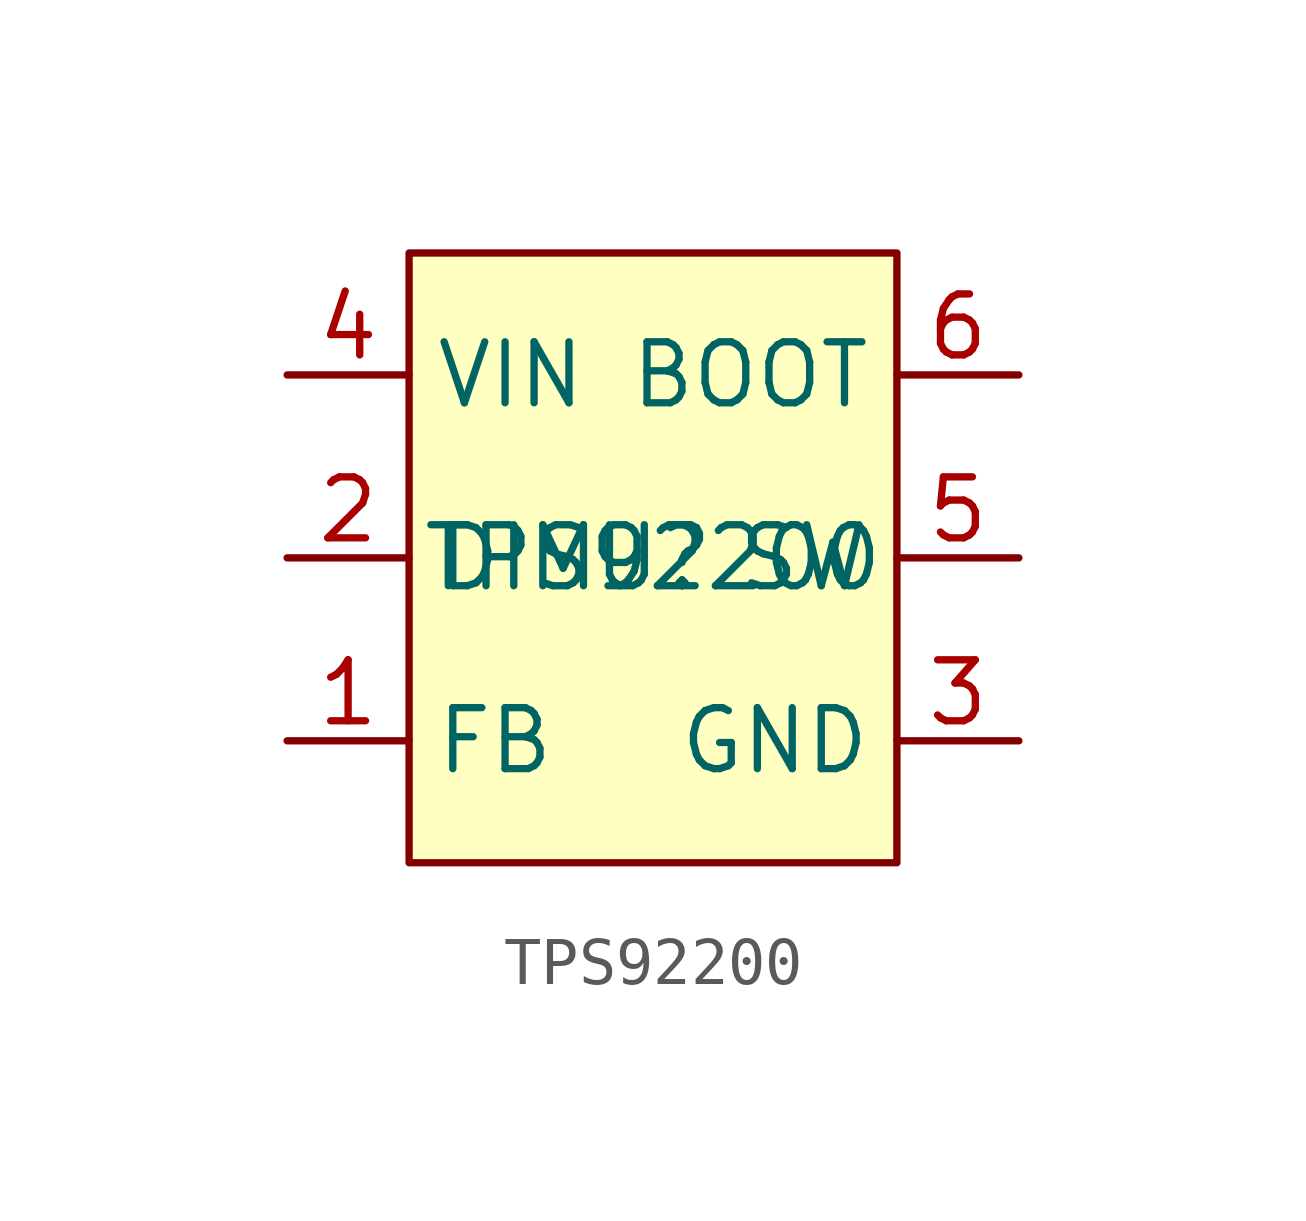
<source format=kicad_sym>
(kicad_symbol_lib
  (version 20220914)
  (generator kicad_symbol_editor)
  (symbol "TPS92200"
    (property "Reference" "U"
      (at 0 0 0)
      (effects (font (size 1.27 1.27))))
    (property "Value" "TPS92200"
      (at 0 0 0)
      (effects (font (size 1.27 1.27))))
    (symbol "TPS92200_0_1"
      (rectangle (start -5.08 6.35) (end 5.08 -6.35) (stroke (width 0) (type default)) (fill (type background))))
    (symbol "TPS92200_1_1"
      (pin input line (at -7.62 -3.81 0) (length 2.54) (name "FB" (effects (font (size 1.27 1.27)))) (number "1" (effects (font (size 1.27 1.27)))))
      (pin input line (at -7.62 0 0) (length 2.54) (name "DIM" (effects (font (size 1.27 1.27)))) (number "2" (effects (font (size 1.27 1.27)))))
      (pin input line (at 7.62 -3.81 180) (length 2.54) (name "GND" (effects (font (size 1.27 1.27)))) (number "3" (effects (font (size 1.27 1.27)))))
      (pin input line (at -7.62 3.81 0) (length 2.54) (name "VIN" (effects (font (size 1.27 1.27)))) (number "4" (effects (font (size 1.27 1.27)))))
      (pin input line (at 7.62 0 180) (length 2.54) (name "SW" (effects (font (size 1.27 1.27)))) (number "5" (effects (font (size 1.27 1.27)))))
      (pin input line (at 7.62 3.81 180) (length 2.54) (name "BOOT" (effects (font (size 1.27 1.27)))) (number "6" (effects (font (size 1.27 1.27))))))))
</source>
